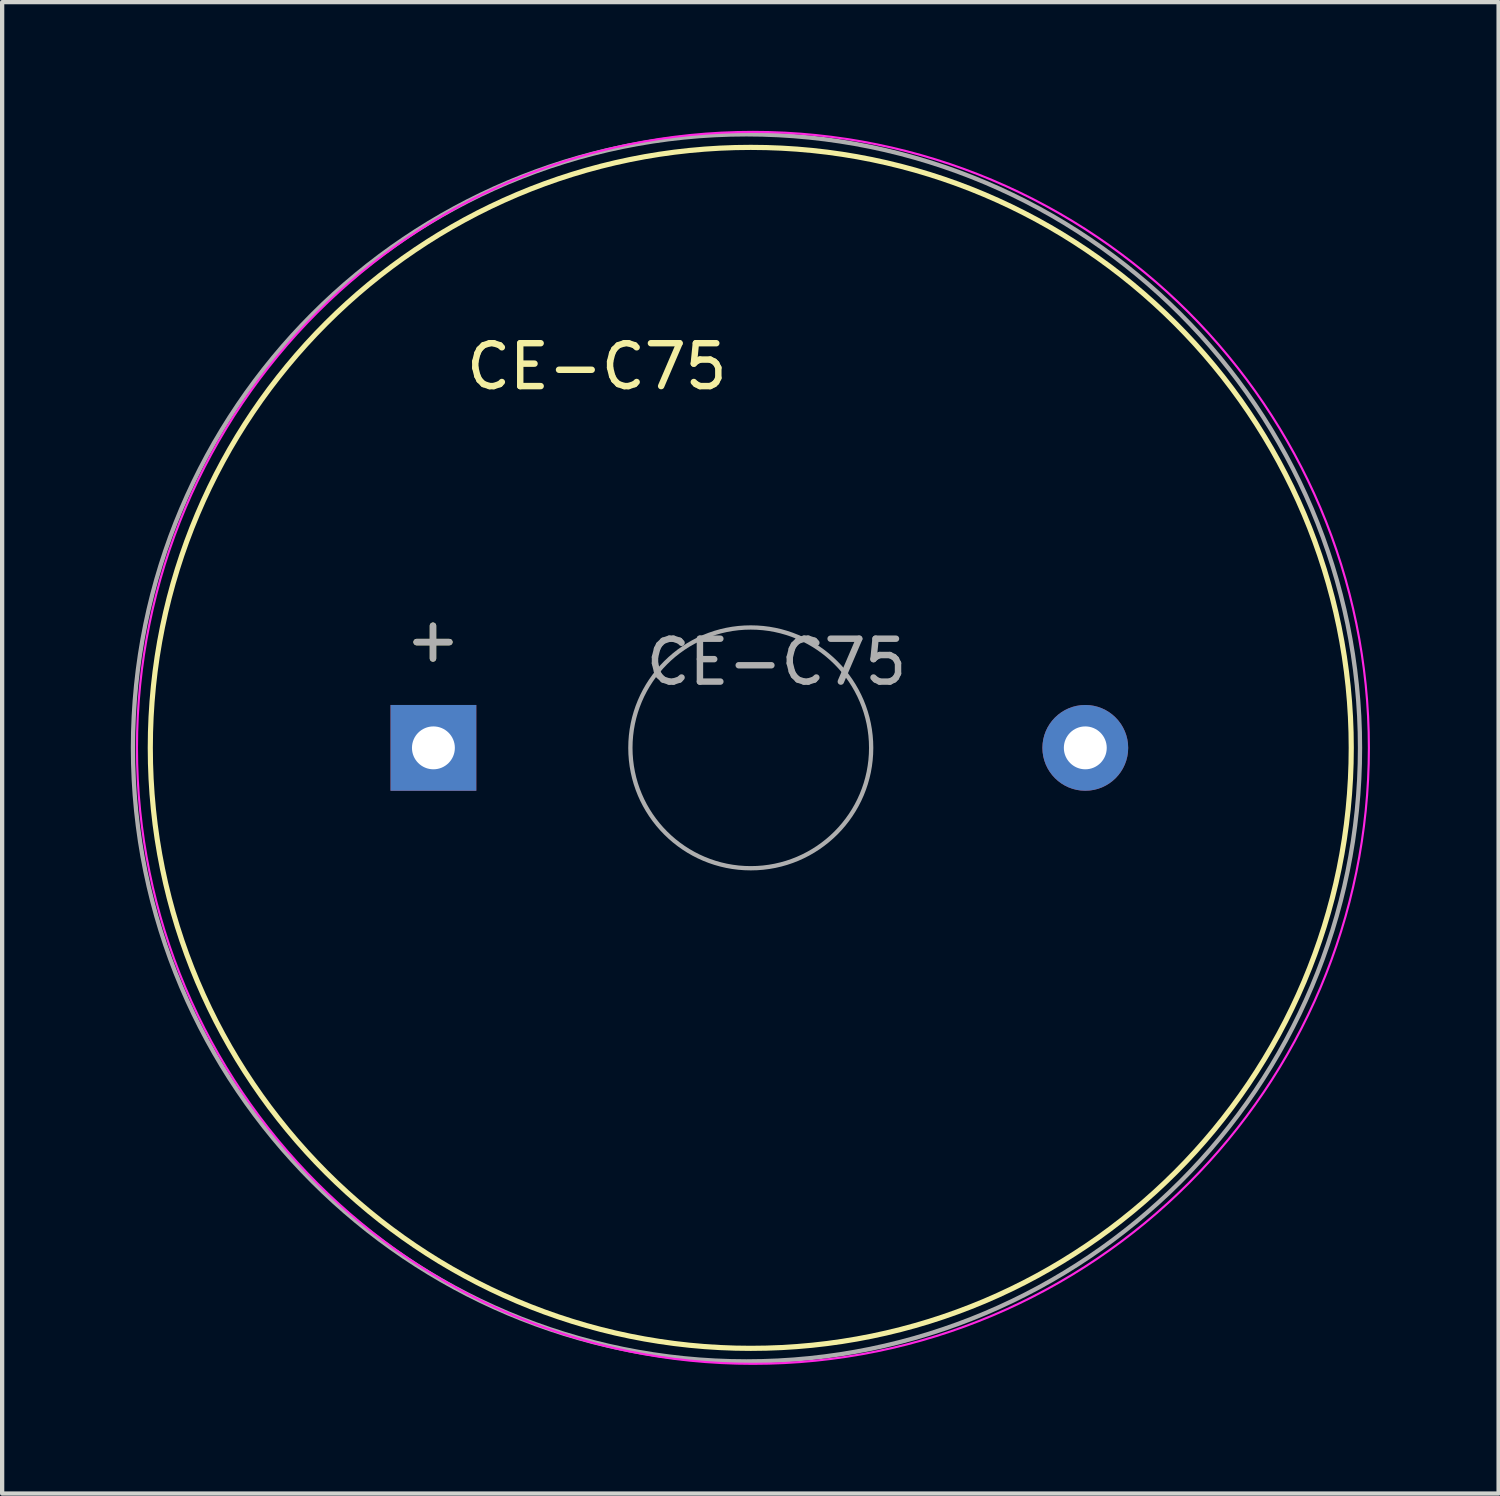
<source format=kicad_pcb>
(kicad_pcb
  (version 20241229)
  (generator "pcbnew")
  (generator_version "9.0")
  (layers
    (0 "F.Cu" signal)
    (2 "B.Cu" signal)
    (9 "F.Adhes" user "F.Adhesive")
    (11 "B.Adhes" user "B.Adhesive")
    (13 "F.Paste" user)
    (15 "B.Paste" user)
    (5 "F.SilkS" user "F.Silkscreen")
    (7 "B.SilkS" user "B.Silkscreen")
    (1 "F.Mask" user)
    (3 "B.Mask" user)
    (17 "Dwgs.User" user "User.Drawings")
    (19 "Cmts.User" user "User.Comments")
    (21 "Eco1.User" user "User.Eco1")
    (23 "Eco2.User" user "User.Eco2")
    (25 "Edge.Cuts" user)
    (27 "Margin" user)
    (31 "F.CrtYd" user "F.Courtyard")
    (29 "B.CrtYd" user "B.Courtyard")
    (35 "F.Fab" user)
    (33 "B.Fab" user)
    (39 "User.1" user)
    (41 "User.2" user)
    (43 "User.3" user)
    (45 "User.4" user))
  (footprint "CE-C75"
    (layer "F.Cu")
    (at 7.056 14.388)
    (property "Reference" "CE-C75" (at 3.81 -8.89 0) (layer "F.SilkS") (effects (font (size 1 1) (thickness 0.15))))
    (attr through_hole)
    (fp_circle (center 7.4 0) (end 21.4 0.2) (stroke (width 0.12) (type solid)) (fill no) (layer "F.SilkS"))
    (fp_circle (center 7.45 0) (end 21.8 0.6) (stroke (width 0.05) (type solid)) (fill no) (layer "F.CrtYd"))
    (fp_circle (center 7.3 0) (end 21.6 -0.4) (stroke (width 0.1) (type solid)) (fill no) (layer "F.Fab"))
    (fp_circle (center 7.4 0) (end 10.2 0.2) (stroke (width 0.1) (type solid)) (fill no) (layer "F.Fab"))
    (fp_text user "+" (at -0.01 -2.54 0) (layer "F.SilkS") (effects (font (size 1 1) (thickness 0.15))))
    (fp_text user "${REFERENCE}" (at 8 -2 0) (layer "F.Fab") (effects (font (size 1 1) (thickness 0.15))))
    (fp_text user "+" (at -0.01 -2.54 0) (layer "F.Fab") (effects (font (size 1 1) (thickness 0.15))))
    (pad "1" thru_hole rect (at 0 0) (size 2 2) (drill 1) (layers "*.Cu" "*.Mask"))
    (pad "2" thru_hole circle (at 15.2 0) (size 2 2) (drill 1) (layers "*.Cu" "*.Mask")))
  (gr_rect
    (start -3 -3)
    (end 31.893 31.775)
    (stroke (width 0.1) (type default))
    (fill no)
    (layer "Edge.Cuts")))
</source>
